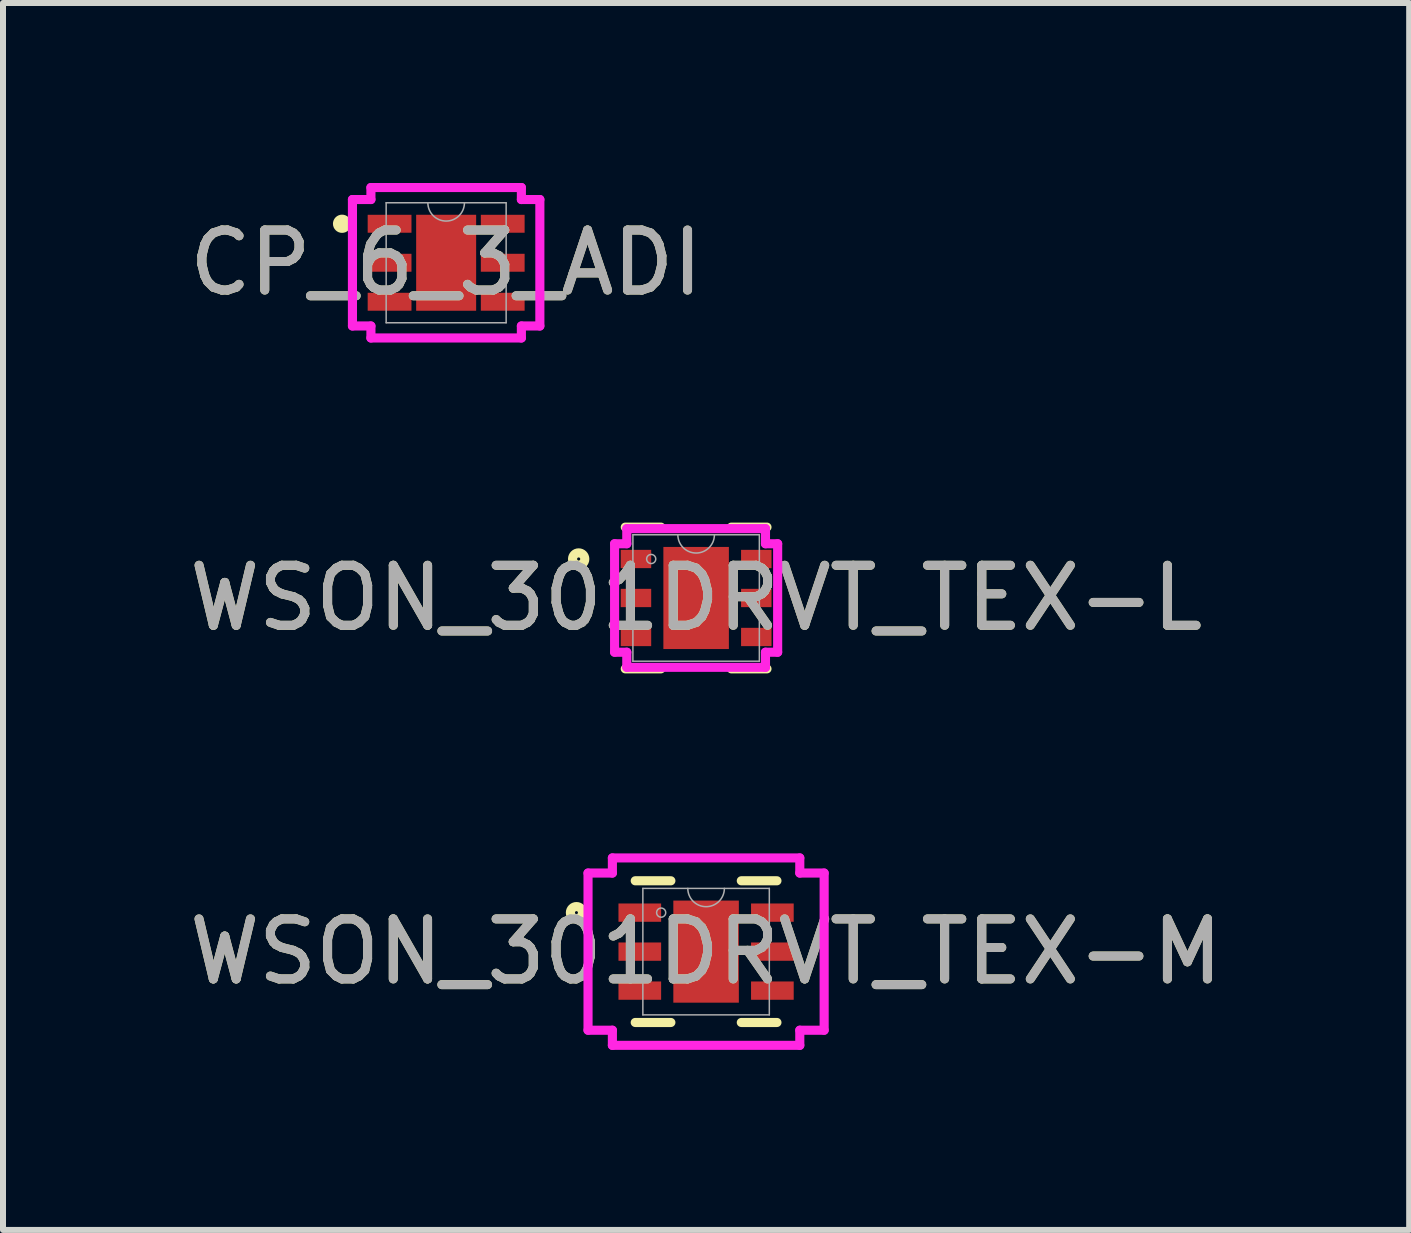
<source format=kicad_pcb>
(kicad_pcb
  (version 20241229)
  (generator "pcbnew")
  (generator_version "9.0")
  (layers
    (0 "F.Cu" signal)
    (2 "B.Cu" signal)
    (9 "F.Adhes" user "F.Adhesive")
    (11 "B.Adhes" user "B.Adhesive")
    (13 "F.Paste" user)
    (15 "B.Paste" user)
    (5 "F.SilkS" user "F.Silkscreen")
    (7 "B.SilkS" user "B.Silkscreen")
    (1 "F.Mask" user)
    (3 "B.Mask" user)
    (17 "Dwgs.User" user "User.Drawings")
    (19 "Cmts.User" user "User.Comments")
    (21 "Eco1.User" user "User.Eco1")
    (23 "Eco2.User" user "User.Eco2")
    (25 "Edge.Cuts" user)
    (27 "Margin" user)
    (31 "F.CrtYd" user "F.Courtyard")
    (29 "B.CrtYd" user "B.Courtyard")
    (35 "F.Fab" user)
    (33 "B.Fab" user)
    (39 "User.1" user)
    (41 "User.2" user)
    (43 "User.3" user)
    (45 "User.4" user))
  (footprint "WSON_301DRVT_TEX-M"
    (layer "F.Cu")
    (at 8.72 12.813)
    (property "Reference" "WSON_301DRVT_TEX-M" (at 0 0 0) (unlocked yes) (layer "F.SilkS") (effects (font (size 1 1) (thickness 0.15))))
    (attr smd)
    (fp_line (start -1.181 1.181) (end -0.587 1.181) (stroke (width 0.152) (type solid)) (layer "F.SilkS"))
    (fp_line (start -0.587 -1.181) (end -1.181 -1.181) (stroke (width 0.152) (type solid)) (layer "F.SilkS"))
    (fp_line (start 0.587 1.181) (end 1.181 1.181) (stroke (width 0.152) (type solid)) (layer "F.SilkS"))
    (fp_line (start 1.181 -1.181) (end 0.587 -1.181) (stroke (width 0.152) (type solid)) (layer "F.SilkS"))
    (fp_circle (center -2.161 -0.65) (end -2.06 -0.65) (stroke (width 0.152) (type solid)) (fill no) (layer "F.SilkS"))
    (fp_line (start -1.968 -1.31) (end -1.562 -1.31) (stroke (width 0.152) (type solid)) (layer "F.CrtYd"))
    (fp_line (start -1.968 1.31) (end -1.968 -1.31) (stroke (width 0.152) (type solid)) (layer "F.CrtYd"))
    (fp_line (start -1.968 1.31) (end -1.562 1.31) (stroke (width 0.152) (type solid)) (layer "F.CrtYd"))
    (fp_line (start -1.562 -1.562) (end 1.562 -1.562) (stroke (width 0.152) (type solid)) (layer "F.CrtYd"))
    (fp_line (start -1.562 -1.31) (end -1.562 -1.562) (stroke (width 0.152) (type solid)) (layer "F.CrtYd"))
    (fp_line (start -1.562 1.562) (end -1.562 1.31) (stroke (width 0.152) (type solid)) (layer "F.CrtYd"))
    (fp_line (start 1.562 -1.562) (end 1.562 -1.31) (stroke (width 0.152) (type solid)) (layer "F.CrtYd"))
    (fp_line (start 1.562 1.31) (end 1.562 1.562) (stroke (width 0.152) (type solid)) (layer "F.CrtYd"))
    (fp_line (start 1.562 1.562) (end -1.562 1.562) (stroke (width 0.152) (type solid)) (layer "F.CrtYd"))
    (fp_line (start 1.968 -1.31) (end 1.562 -1.31) (stroke (width 0.152) (type solid)) (layer "F.CrtYd"))
    (fp_line (start 1.968 -1.31) (end 1.968 1.31) (stroke (width 0.152) (type solid)) (layer "F.CrtYd"))
    (fp_line (start 1.968 1.31) (end 1.562 1.31) (stroke (width 0.152) (type solid)) (layer "F.CrtYd"))
    (fp_line (start -1.054 -1.054) (end -1.054 1.054) (stroke (width 0.025) (type solid)) (layer "F.Fab"))
    (fp_line (start -1.054 1.054) (end 1.054 1.054) (stroke (width 0.025) (type solid)) (layer "F.Fab"))
    (fp_line (start 1.054 -1.054) (end -1.054 -1.054) (stroke (width 0.025) (type solid)) (layer "F.Fab"))
    (fp_line (start 1.054 1.054) (end 1.054 -1.054) (stroke (width 0.025) (type solid)) (layer "F.Fab"))
    (fp_arc (start 0.3048 -1.0541) (mid 0 -0.7493) (end -0.3048 -1.0541) (stroke (width 0.0254) (type solid)) (layer "F.Fab"))
    (fp_circle (center -0.749 -0.65) (end -0.673 -0.65) (stroke (width 0.025) (type solid)) (fill no) (layer "F.Fab"))
    (fp_text user "${REFERENCE}" (at 0 0 0) (unlocked yes) (layer "F.Fab") (effects (font (size 1 1) (thickness 0.15))))
    (pad "1" smd rect (at -1.105 -0.65) (size 0.711 0.305) (layers "F.Cu" "F.Mask" "F.Paste"))
    (pad "2" smd rect (at -1.105 0) (size 0.711 0.305) (layers "F.Cu" "F.Mask" "F.Paste"))
    (pad "3" smd rect (at -1.105 0.65) (size 0.711 0.305) (layers "F.Cu" "F.Mask" "F.Paste"))
    (pad "4" smd rect (at 1.105 0.65) (size 0.711 0.305) (layers "F.Cu" "F.Mask" "F.Paste"))
    (pad "5" smd rect (at 1.105 0) (size 0.711 0.305) (layers "F.Cu" "F.Mask" "F.Paste"))
    (pad "6" smd rect (at 1.105 -0.65) (size 0.711 0.305) (layers "F.Cu" "F.Mask" "F.Paste"))
    (pad "7" smd rect (at 0 0) (size 1.092 1.702) (layers "F.Cu" "F.Mask" "F.Paste")))
  (footprint "CP_6_3_ADI"
    (layer "F.Cu")
    (at 4.387 1.33)
    (property "Reference" "CP_6_3_ADI" (at 0 0 0) (unlocked yes) (layer "F.SilkS") (effects (font (size 1 1) (thickness 0.15))))
    (attr smd)
    (fp_circle (center -1.735 -0.65) (end -1.659 -0.65) (stroke (width 0.152) (type solid)) (fill no) (layer "F.SilkS"))
    (fp_line (start -1.562 -1.054) (end -1.254 -1.054) (stroke (width 0.152) (type solid)) (layer "F.CrtYd"))
    (fp_line (start -1.562 1.054) (end -1.562 -1.054) (stroke (width 0.152) (type solid)) (layer "F.CrtYd"))
    (fp_line (start -1.562 1.054) (end -1.254 1.054) (stroke (width 0.152) (type solid)) (layer "F.CrtYd"))
    (fp_line (start -1.254 -1.254) (end 1.254 -1.254) (stroke (width 0.152) (type solid)) (layer "F.CrtYd"))
    (fp_line (start -1.254 -1.054) (end -1.254 -1.254) (stroke (width 0.152) (type solid)) (layer "F.CrtYd"))
    (fp_line (start -1.254 1.254) (end -1.254 1.054) (stroke (width 0.152) (type solid)) (layer "F.CrtYd"))
    (fp_line (start 1.254 -1.254) (end 1.254 -1.054) (stroke (width 0.152) (type solid)) (layer "F.CrtYd"))
    (fp_line (start 1.254 1.054) (end 1.254 1.254) (stroke (width 0.152) (type solid)) (layer "F.CrtYd"))
    (fp_line (start 1.254 1.254) (end -1.254 1.254) (stroke (width 0.152) (type solid)) (layer "F.CrtYd"))
    (fp_line (start 1.562 -1.054) (end 1.254 -1.054) (stroke (width 0.152) (type solid)) (layer "F.CrtYd"))
    (fp_line (start 1.562 -1.054) (end 1.562 1.054) (stroke (width 0.152) (type solid)) (layer "F.CrtYd"))
    (fp_line (start 1.562 1.054) (end 1.254 1.054) (stroke (width 0.152) (type solid)) (layer "F.CrtYd"))
    (fp_line (start -1 -1) (end -1 1) (stroke (width 0.025) (type solid)) (layer "F.Fab"))
    (fp_line (start -1 1) (end 1 1) (stroke (width 0.025) (type solid)) (layer "F.Fab"))
    (fp_line (start 1 -1) (end -1 -1) (stroke (width 0.025) (type solid)) (layer "F.Fab"))
    (fp_line (start 1 1) (end 1 -1) (stroke (width 0.025) (type solid)) (layer "F.Fab"))
    (fp_arc (start 0.3048 -1) (mid 0 -0.6952) (end -0.3048 -1) (stroke (width 0.0254) (type solid)) (layer "F.Fab"))
    (fp_text user "${REFERENCE}" (at 0 0 0) (unlocked yes) (layer "F.Fab") (effects (font (size 1 1) (thickness 0.15))))
    (pad "1" smd rect (at -0.943 -0.65) (size 0.73 0.299) (layers "F.Cu" "F.Mask" "F.Paste"))
    (pad "2" smd rect (at -0.943 0) (size 0.73 0.299) (layers "F.Cu" "F.Mask" "F.Paste"))
    (pad "3" smd rect (at -0.943 0.65) (size 0.73 0.299) (layers "F.Cu" "F.Mask" "F.Paste"))
    (pad "4" smd rect (at 0.943 0.65) (size 0.73 0.299) (layers "F.Cu" "F.Mask" "F.Paste"))
    (pad "5" smd rect (at 0.943 0) (size 0.73 0.299) (layers "F.Cu" "F.Mask" "F.Paste"))
    (pad "6" smd rect (at 0.943 -0.65) (size 0.73 0.299) (layers "F.Cu" "F.Mask" "F.Paste"))
    (pad "7" smd rect (at 0 0) (size 1 1.6) (layers "F.Cu" "F.Mask" "F.Paste")))
  (footprint "WSON_301DRVT_TEX-L"
    (layer "F.Cu")
    (at 8.554 6.918)
    (property "Reference" "WSON_301DRVT_TEX-L" (at 0 0 0) (unlocked yes) (layer "F.SilkS") (effects (font (size 1 1) (thickness 0.15))))
    (attr smd)
    (fp_line (start -1.181 1.181) (end -0.587 1.181) (stroke (width 0.152) (type solid)) (layer "F.SilkS"))
    (fp_line (start -0.587 -1.181) (end -1.181 -1.181) (stroke (width 0.152) (type solid)) (layer "F.SilkS"))
    (fp_line (start 0.587 1.181) (end 1.181 1.181) (stroke (width 0.152) (type solid)) (layer "F.SilkS"))
    (fp_line (start 1.181 -1.181) (end 0.587 -1.181) (stroke (width 0.152) (type solid)) (layer "F.SilkS"))
    (fp_circle (center -1.958 -0.65) (end -1.856 -0.65) (stroke (width 0.152) (type solid)) (fill no) (layer "F.SilkS"))
    (fp_line (start -1.359 -0.904) (end -1.156 -0.904) (stroke (width 0.152) (type solid)) (layer "F.CrtYd"))
    (fp_line (start -1.359 0.904) (end -1.359 -0.904) (stroke (width 0.152) (type solid)) (layer "F.CrtYd"))
    (fp_line (start -1.359 0.904) (end -1.156 0.904) (stroke (width 0.152) (type solid)) (layer "F.CrtYd"))
    (fp_line (start -1.156 -1.156) (end 1.156 -1.156) (stroke (width 0.152) (type solid)) (layer "F.CrtYd"))
    (fp_line (start -1.156 -0.904) (end -1.156 -1.156) (stroke (width 0.152) (type solid)) (layer "F.CrtYd"))
    (fp_line (start -1.156 1.156) (end -1.156 0.904) (stroke (width 0.152) (type solid)) (layer "F.CrtYd"))
    (fp_line (start 1.156 -1.156) (end 1.156 -0.904) (stroke (width 0.152) (type solid)) (layer "F.CrtYd"))
    (fp_line (start 1.156 0.904) (end 1.156 1.156) (stroke (width 0.152) (type solid)) (layer "F.CrtYd"))
    (fp_line (start 1.156 1.156) (end -1.156 1.156) (stroke (width 0.152) (type solid)) (layer "F.CrtYd"))
    (fp_line (start 1.359 -0.904) (end 1.156 -0.904) (stroke (width 0.152) (type solid)) (layer "F.CrtYd"))
    (fp_line (start 1.359 -0.904) (end 1.359 0.904) (stroke (width 0.152) (type solid)) (layer "F.CrtYd"))
    (fp_line (start 1.359 0.904) (end 1.156 0.904) (stroke (width 0.152) (type solid)) (layer "F.CrtYd"))
    (fp_line (start -1.054 -1.054) (end -1.054 1.054) (stroke (width 0.025) (type solid)) (layer "F.Fab"))
    (fp_line (start -1.054 1.054) (end 1.054 1.054) (stroke (width 0.025) (type solid)) (layer "F.Fab"))
    (fp_line (start 1.054 -1.054) (end -1.054 -1.054) (stroke (width 0.025) (type solid)) (layer "F.Fab"))
    (fp_line (start 1.054 1.054) (end 1.054 -1.054) (stroke (width 0.025) (type solid)) (layer "F.Fab"))
    (fp_arc (start 0.3048 -1.0541) (mid 0 -0.7493) (end -0.3048 -1.0541) (stroke (width 0.0254) (type solid)) (layer "F.Fab"))
    (fp_circle (center -0.749 -0.65) (end -0.673 -0.65) (stroke (width 0.025) (type solid)) (fill no) (layer "F.Fab"))
    (fp_text user "${REFERENCE}" (at 0 0 0) (unlocked yes) (layer "F.Fab") (effects (font (size 1 1) (thickness 0.15))))
    (pad "1" smd rect (at -1.003 -0.65) (size 0.508 0.305) (layers "F.Cu" "F.Mask" "F.Paste"))
    (pad "2" smd rect (at -1.003 0) (size 0.508 0.305) (layers "F.Cu" "F.Mask" "F.Paste"))
    (pad "3" smd rect (at -1.003 0.65) (size 0.508 0.305) (layers "F.Cu" "F.Mask" "F.Paste"))
    (pad "4" smd rect (at 1.003 0.65) (size 0.508 0.305) (layers "F.Cu" "F.Mask" "F.Paste"))
    (pad "5" smd rect (at 1.003 0) (size 0.508 0.305) (layers "F.Cu" "F.Mask" "F.Paste"))
    (pad "6" smd rect (at 1.003 -0.65) (size 0.508 0.305) (layers "F.Cu" "F.Mask" "F.Paste"))
    (pad "7" smd rect (at 0 0) (size 1.092 1.702) (layers "F.Cu" "F.Mask" "F.Paste")))
  (gr_rect
    (start -3 -3)
    (end 20.44 17.452)
    (stroke (width 0.1) (type default))
    (fill no)
    (layer "Edge.Cuts")))
</source>
